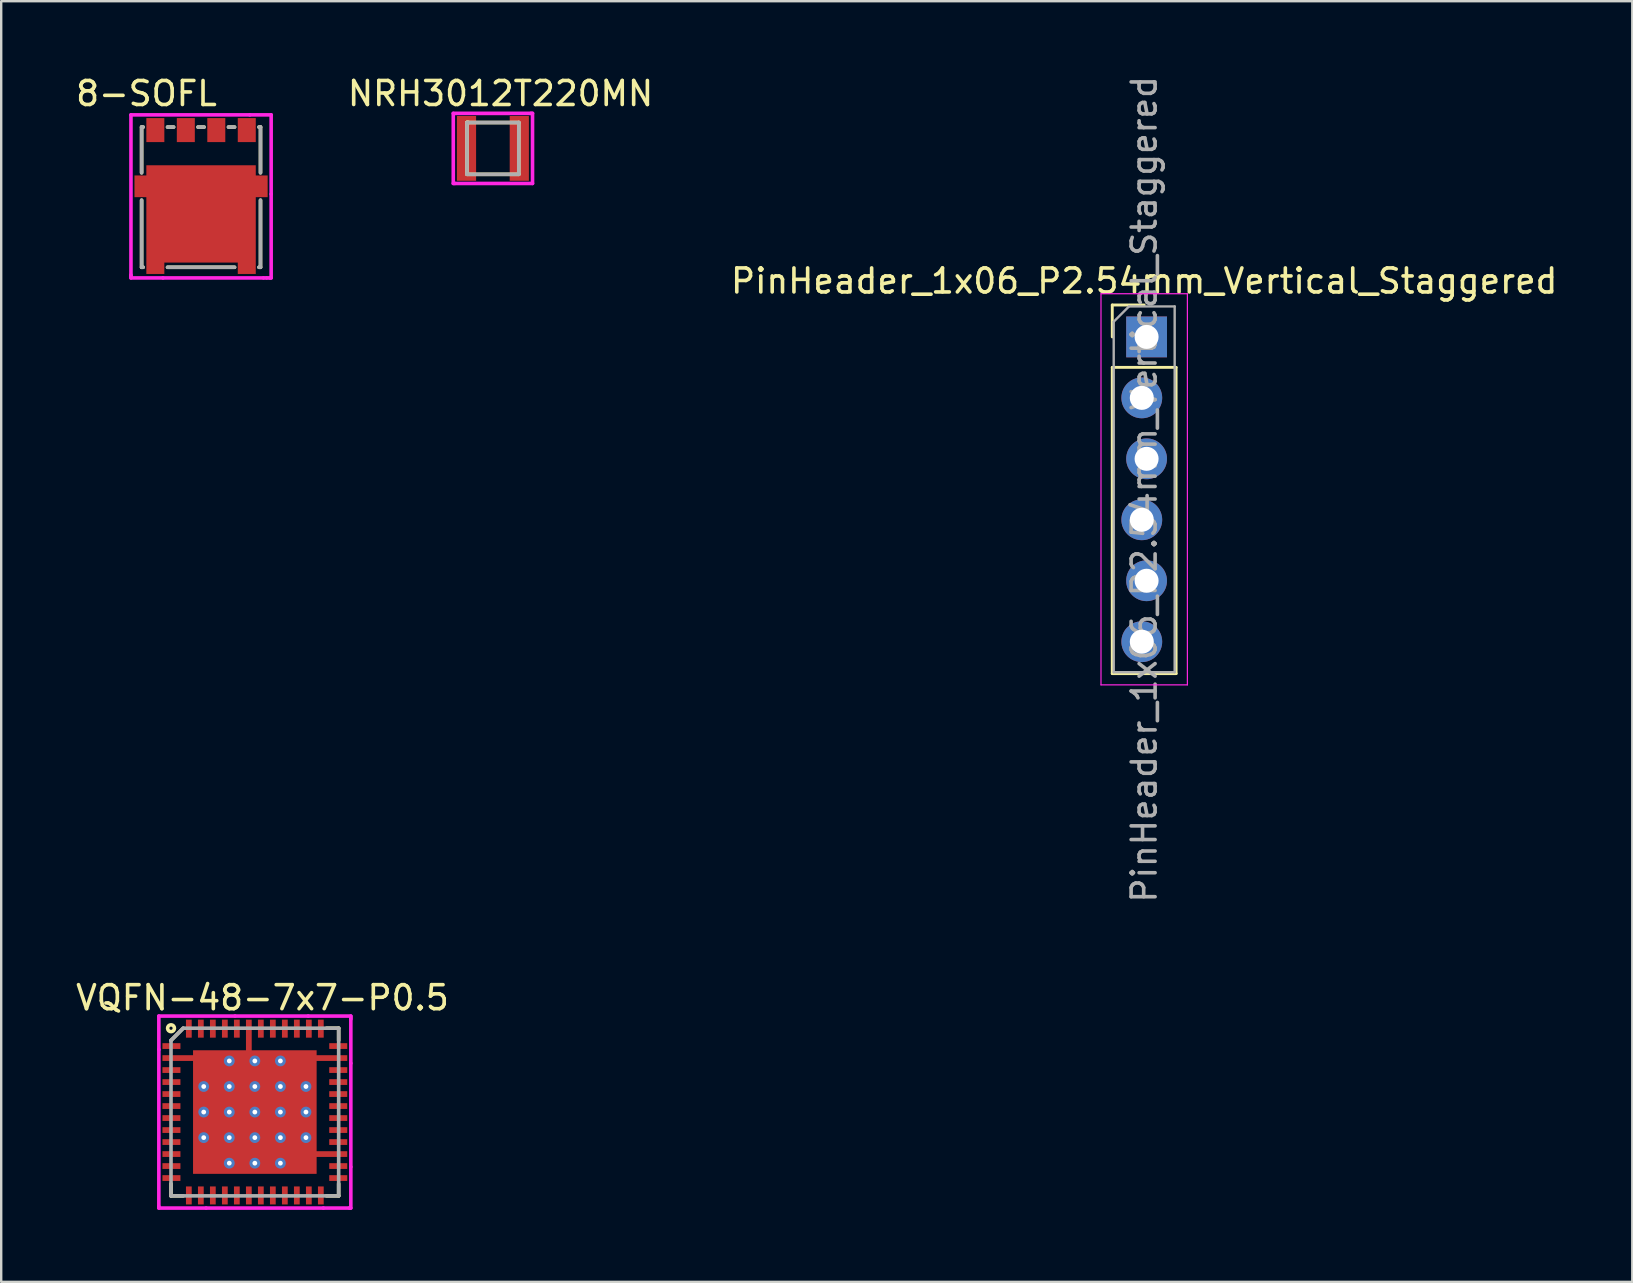
<source format=kicad_pcb>
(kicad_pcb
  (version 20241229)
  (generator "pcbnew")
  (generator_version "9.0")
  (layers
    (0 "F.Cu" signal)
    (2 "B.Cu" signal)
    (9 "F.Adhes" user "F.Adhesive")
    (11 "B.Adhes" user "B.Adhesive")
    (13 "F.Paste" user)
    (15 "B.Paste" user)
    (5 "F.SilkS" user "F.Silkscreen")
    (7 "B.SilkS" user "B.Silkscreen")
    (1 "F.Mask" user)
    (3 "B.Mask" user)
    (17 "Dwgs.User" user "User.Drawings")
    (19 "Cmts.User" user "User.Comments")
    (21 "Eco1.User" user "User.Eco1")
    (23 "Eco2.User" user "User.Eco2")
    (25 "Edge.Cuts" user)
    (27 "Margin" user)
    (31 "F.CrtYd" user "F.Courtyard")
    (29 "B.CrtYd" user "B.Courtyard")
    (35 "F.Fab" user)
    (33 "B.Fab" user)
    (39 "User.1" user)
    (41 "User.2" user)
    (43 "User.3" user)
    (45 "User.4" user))
  (footprint "8-SOFL"
    (layer "F.Cu")
    (at 5.328 5.864)
    (property "Reference" "8-SOFL" (at -2.275 -5.015 0) (layer "F.SilkS") (effects (font (size 1 1) (thickness 0.15))))
    (attr through_hole)
    (fp_line (start -2.477 -3.619) (end -2.477 -1.714) (stroke (width 0.15) (type solid)) (layer "F.SilkS"))
    (fp_line (start -2.477 -3.619) (end -2.413 -3.619) (stroke (width 0.15) (type solid)) (layer "F.SilkS"))
    (fp_line (start -2.477 -0.572) (end -2.477 2.223) (stroke (width 0.15) (type solid)) (layer "F.SilkS"))
    (fp_line (start -2.477 2.223) (end -2.413 2.223) (stroke (width 0.15) (type solid)) (layer "F.SilkS"))
    (fp_line (start -1.397 -3.619) (end -1.143 -3.619) (stroke (width 0.15) (type solid)) (layer "F.SilkS"))
    (fp_line (start -1.397 2.223) (end 1.397 2.223) (stroke (width 0.15) (type solid)) (layer "F.SilkS"))
    (fp_line (start -0.127 -3.619) (end 0.127 -3.619) (stroke (width 0.15) (type solid)) (layer "F.SilkS"))
    (fp_line (start 1.143 -3.619) (end 1.397 -3.619) (stroke (width 0.15) (type solid)) (layer "F.SilkS"))
    (fp_line (start 2.413 2.223) (end 2.477 2.223) (stroke (width 0.15) (type solid)) (layer "F.SilkS"))
    (fp_line (start 2.477 -3.619) (end 2.413 -3.619) (stroke (width 0.15) (type solid)) (layer "F.SilkS"))
    (fp_line (start 2.477 -1.714) (end 2.477 -3.619) (stroke (width 0.15) (type solid)) (layer "F.SilkS"))
    (fp_line (start 2.477 2.223) (end 2.477 -0.572) (stroke (width 0.15) (type solid)) (layer "F.SilkS"))
    (fp_line (start -2.921 -4.128) (end -2.921 2.54) (stroke (width 0.15) (type solid)) (layer "F.CrtYd"))
    (fp_line (start -2.921 2.54) (end -2.921 2.603) (stroke (width 0.15) (type solid)) (layer "F.CrtYd"))
    (fp_line (start -2.921 2.603) (end -2.921 2.667) (stroke (width 0.15) (type solid)) (layer "F.CrtYd"))
    (fp_line (start -2.921 2.667) (end -1.587 2.667) (stroke (width 0.15) (type solid)) (layer "F.CrtYd"))
    (fp_line (start -1.587 2.667) (end 2.603 2.667) (stroke (width 0.15) (type solid)) (layer "F.CrtYd"))
    (fp_line (start 2.032 -4.128) (end -2.921 -4.128) (stroke (width 0.15) (type solid)) (layer "F.CrtYd"))
    (fp_line (start 2.603 2.667) (end 2.731 2.667) (stroke (width 0.15) (type solid)) (layer "F.CrtYd"))
    (fp_line (start 2.731 2.667) (end 2.857 2.667) (stroke (width 0.15) (type solid)) (layer "F.CrtYd"))
    (fp_line (start 2.857 2.667) (end 2.921 2.667) (stroke (width 0.15) (type solid)) (layer "F.CrtYd"))
    (fp_line (start 2.921 -4.128) (end 2.032 -4.128) (stroke (width 0.15) (type solid)) (layer "F.CrtYd"))
    (fp_line (start 2.921 -0.826) (end 2.921 -4.128) (stroke (width 0.15) (type solid)) (layer "F.CrtYd"))
    (fp_line (start 2.921 2.667) (end 2.921 -0.826) (stroke (width 0.15) (type solid)) (layer "F.CrtYd"))
    (fp_line (start -2.477 -3.619) (end -2.477 -1.714) (stroke (width 0.15) (type solid)) (layer "F.Fab"))
    (fp_line (start -2.477 -0.572) (end -2.477 2.223) (stroke (width 0.15) (type solid)) (layer "F.Fab"))
    (fp_line (start -2.477 2.223) (end -2.413 2.223) (stroke (width 0.15) (type solid)) (layer "F.Fab"))
    (fp_line (start -2.413 -3.619) (end -2.477 -3.619) (stroke (width 0.15) (type solid)) (layer "F.Fab"))
    (fp_line (start -1.397 2.223) (end 1.397 2.223) (stroke (width 0.15) (type solid)) (layer "F.Fab"))
    (fp_line (start -1.143 -3.619) (end -1.397 -3.619) (stroke (width 0.15) (type solid)) (layer "F.Fab"))
    (fp_line (start 0.127 -3.619) (end -0.127 -3.619) (stroke (width 0.15) (type solid)) (layer "F.Fab"))
    (fp_line (start 1.397 -3.619) (end 1.143 -3.619) (stroke (width 0.15) (type solid)) (layer "F.Fab"))
    (fp_line (start 2.413 2.223) (end 2.477 2.223) (stroke (width 0.15) (type solid)) (layer "F.Fab"))
    (fp_line (start 2.477 -3.619) (end 2.413 -3.619) (stroke (width 0.15) (type solid)) (layer "F.Fab"))
    (fp_line (start 2.477 -1.714) (end 2.477 -3.619) (stroke (width 0.15) (type solid)) (layer "F.Fab"))
    (fp_line (start 2.477 2.223) (end 2.477 -0.572) (stroke (width 0.15) (type solid)) (layer "F.Fab"))
    (pad "1" smd custom (at 0 0) (size 4.56 4.055) (layers "F.Cu" "F.Mask" "F.Paste") (options (anchor rect)) (primitives (gr_poly (pts (xy 2.28 -1.603) (xy 2.28 -0.698) (xy 2.775 -0.698) (xy 2.775 -1.603)) (width 0) (fill yes)) (gr_poly (pts (xy -2.775 -1.603) (xy -2.775 -0.698) (xy -2.28 -0.698) (xy -2.28 -1.603)) (width 0) (fill yes)) (gr_poly (pts (xy 1.53 2.027) (xy 2.28 2.027) (xy 2.28 2.502) (xy 1.53 2.502)) (width 0) (fill yes)) (gr_poly (pts (xy -2.28 2.027) (xy -1.53 2.027) (xy -1.53 2.502) (xy -2.28 2.502)) (width 0) (fill yes))))
    (pad "2" smd rect (at -1.905 -3.493) (size 0.75 1) (layers "F.Cu" "F.Mask" "F.Paste"))
    (pad "3" smd rect (at -0.635 -3.493) (size 0.75 1) (layers "F.Cu" "F.Mask" "F.Paste"))
    (pad "3" smd rect (at 0.635 -3.493) (size 0.75 1) (layers "F.Cu" "F.Mask" "F.Paste"))
    (pad "3" smd rect (at 1.905 -3.493) (size 0.75 1) (layers "F.Cu" "F.Mask" "F.Paste")))
  (footprint "PinHeader_1x06_P2.54mm_Vertical_Staggered"
    (layer "F.Cu")
    (at 44.628 10.989)
    (property "Reference" "PinHeader_1x06_P2.54mm_Vertical_Staggered" (at 0 -2.33 0) (layer "F.SilkS") (effects (font (size 1 1) (thickness 0.15))))
    (attr through_hole)
    (fp_line (start -1.33 -1.33) (end 0 -1.33) (stroke (width 0.12) (type solid)) (layer "F.SilkS"))
    (fp_line (start -1.33 0) (end -1.33 -1.33) (stroke (width 0.12) (type solid)) (layer "F.SilkS"))
    (fp_line (start -1.33 1.27) (end -1.33 14.03) (stroke (width 0.12) (type solid)) (layer "F.SilkS"))
    (fp_line (start -1.33 1.27) (end 1.33 1.27) (stroke (width 0.12) (type solid)) (layer "F.SilkS"))
    (fp_line (start -1.33 14.03) (end 1.33 14.03) (stroke (width 0.12) (type solid)) (layer "F.SilkS"))
    (fp_line (start 1.33 1.27) (end 1.33 14.03) (stroke (width 0.12) (type solid)) (layer "F.SilkS"))
    (fp_line (start -1.8 -1.8) (end -1.8 14.5) (stroke (width 0.05) (type solid)) (layer "F.CrtYd"))
    (fp_line (start -1.8 14.5) (end 1.8 14.5) (stroke (width 0.05) (type solid)) (layer "F.CrtYd"))
    (fp_line (start 1.8 -1.8) (end -1.8 -1.8) (stroke (width 0.05) (type solid)) (layer "F.CrtYd"))
    (fp_line (start 1.8 14.5) (end 1.8 -1.8) (stroke (width 0.05) (type solid)) (layer "F.CrtYd"))
    (fp_line (start -1.27 -0.635) (end -0.635 -1.27) (stroke (width 0.1) (type solid)) (layer "F.Fab"))
    (fp_line (start -1.27 13.97) (end -1.27 -0.635) (stroke (width 0.1) (type solid)) (layer "F.Fab"))
    (fp_line (start -0.635 -1.27) (end 1.27 -1.27) (stroke (width 0.1) (type solid)) (layer "F.Fab"))
    (fp_line (start 1.27 -1.27) (end 1.27 13.97) (stroke (width 0.1) (type solid)) (layer "F.Fab"))
    (fp_line (start 1.27 13.97) (end -1.27 13.97) (stroke (width 0.1) (type solid)) (layer "F.Fab"))
    (fp_text user "${REFERENCE}" (at 0 6.35 90) (layer "F.Fab") (effects (font (size 1 1) (thickness 0.15))))
    (pad "1" thru_hole rect (at 0.1 0) (size 1.7 1.7) (drill 1) (layers "*.Cu" "*.Mask"))
    (pad "2" thru_hole oval (at -0.1 2.54) (size 1.7 1.7) (drill 1) (layers "*.Cu" "*.Mask"))
    (pad "3" thru_hole oval (at 0.1 5.08) (size 1.7 1.7) (drill 1) (layers "*.Cu" "*.Mask"))
    (pad "4" thru_hole oval (at -0.1 7.62) (size 1.7 1.7) (drill 1) (layers "*.Cu" "*.Mask"))
    (pad "5" thru_hole oval (at 0.1 10.16) (size 1.7 1.7) (drill 1) (layers "*.Cu" "*.Mask"))
    (pad "6" thru_hole oval (at -0.1 12.7) (size 1.7 1.7) (drill 1) (layers "*.Cu" "*.Mask")))
  (footprint "VQFN-48-7x7-P0.5"
    (layer "F.Cu")
    (at 7.569 43.289)
    (property "Reference" "VQFN-48-7x7-P0.5" (at 0.318 -4.763 0) (layer "F.SilkS") (effects (font (size 1 1) (thickness 0.15))))
    (attr through_hole)
    (fp_line (start -3.493 -2.985) (end -2.985 -3.493) (stroke (width 0.15) (type solid)) (layer "F.SilkS"))
    (fp_line (start -3.493 3.493) (end -3.493 2.985) (stroke (width 0.15) (type solid)) (layer "F.SilkS"))
    (fp_line (start -2.985 3.493) (end -3.493 3.493) (stroke (width 0.15) (type solid)) (layer "F.SilkS"))
    (fp_line (start 2.985 -3.493) (end 3.493 -3.493) (stroke (width 0.15) (type solid)) (layer "F.SilkS"))
    (fp_line (start 2.985 3.493) (end 3.493 3.493) (stroke (width 0.15) (type solid)) (layer "F.SilkS"))
    (fp_line (start 3.493 -3.493) (end 3.493 -2.985) (stroke (width 0.15) (type solid)) (layer "F.SilkS"))
    (fp_line (start 3.493 3.493) (end 3.493 2.985) (stroke (width 0.15) (type solid)) (layer "F.SilkS"))
    (fp_circle (center -3.493 -3.493) (end -3.365 -3.556) (stroke (width 0.15) (type solid)) (fill no) (layer "F.SilkS"))
    (fp_line (start -4 -4) (end -4 -2.603) (stroke (width 0.15) (type solid)) (layer "F.CrtYd"))
    (fp_line (start -4 -2.603) (end -4 3.937) (stroke (width 0.15) (type solid)) (layer "F.CrtYd"))
    (fp_line (start -4 3.937) (end -4 4) (stroke (width 0.15) (type solid)) (layer "F.CrtYd"))
    (fp_line (start -4 4) (end -2.032 4) (stroke (width 0.15) (type solid)) (layer "F.CrtYd"))
    (fp_line (start -2.032 4) (end 2.857 4) (stroke (width 0.15) (type solid)) (layer "F.CrtYd"))
    (fp_line (start -0.826 -4) (end -4 -4) (stroke (width 0.15) (type solid)) (layer "F.CrtYd"))
    (fp_line (start 2.223 -4) (end -0.826 -4) (stroke (width 0.15) (type solid)) (layer "F.CrtYd"))
    (fp_line (start 2.857 4) (end 3.937 4) (stroke (width 0.15) (type solid)) (layer "F.CrtYd"))
    (fp_line (start 3.937 4) (end 4 4) (stroke (width 0.15) (type solid)) (layer "F.CrtYd"))
    (fp_line (start 4 -4) (end 2.223 -4) (stroke (width 0.15) (type solid)) (layer "F.CrtYd"))
    (fp_line (start 4 -3.937) (end 4 -4) (stroke (width 0.15) (type solid)) (layer "F.CrtYd"))
    (fp_line (start 4 -3.873) (end 4 -3.937) (stroke (width 0.15) (type solid)) (layer "F.CrtYd"))
    (fp_line (start 4 -2.032) (end 4 -3.873) (stroke (width 0.15) (type solid)) (layer "F.CrtYd"))
    (fp_line (start 4 2.286) (end 4 -2.032) (stroke (width 0.15) (type solid)) (layer "F.CrtYd"))
    (fp_line (start 4 4) (end 4 2.286) (stroke (width 0.15) (type solid)) (layer "F.CrtYd"))
    (fp_line (start -3.493 -2.985) (end -3.493 3.493) (stroke (width 0.15) (type solid)) (layer "F.Fab"))
    (fp_line (start -3.493 3.493) (end 3.493 3.493) (stroke (width 0.15) (type solid)) (layer "F.Fab"))
    (fp_line (start -2.985 -3.493) (end -3.493 -2.985) (stroke (width 0.15) (type solid)) (layer "F.Fab"))
    (fp_line (start 3.493 -3.493) (end -2.985 -3.493) (stroke (width 0.15) (type solid)) (layer "F.Fab"))
    (fp_line (start 3.493 3.493) (end 3.493 -3.493) (stroke (width 0.15) (type solid)) (layer "F.Fab"))
    (pad "1" smd rect (at -3.475 -2.75) (size 0.75 0.24) (layers "F.Cu" "F.Mask" "F.Paste"))
    (pad "2" smd custom (at -3.475 -2.25) (size 0.75 0.24) (layers "F.Cu" "F.Mask" "F.Paste") (options (anchor rect)) (primitives (gr_line (start 0.375 0) (end 1 0) (width 0.24))))
    (pad "3" smd rect (at -3.475 -1.75) (size 0.75 0.24) (layers "F.Cu" "F.Mask" "F.Paste"))
    (pad "4" smd rect (at -3.475 -1.25) (size 0.75 0.24) (layers "F.Cu" "F.Mask" "F.Paste"))
    (pad "5" smd rect (at -3.475 -0.75) (size 0.75 0.24) (layers "F.Cu" "F.Mask" "F.Paste"))
    (pad "6" smd rect (at -3.475 -0.25) (size 0.75 0.24) (layers "F.Cu" "F.Mask" "F.Paste"))
    (pad "7" smd rect (at -3.475 0.25) (size 0.75 0.24) (layers "F.Cu" "F.Mask" "F.Paste"))
    (pad "8" smd rect (at -3.475 0.75) (size 0.75 0.24) (layers "F.Cu" "F.Mask" "F.Paste"))
    (pad "9" smd rect (at -3.475 1.25) (size 0.75 0.24) (layers "F.Cu" "F.Mask" "F.Paste"))
    (pad "10" smd rect (at -3.475 1.75) (size 0.75 0.24) (layers "F.Cu" "F.Mask" "F.Paste"))
    (pad "11" smd rect (at -3.475 2.25) (size 0.75 0.24) (layers "F.Cu" "F.Mask" "F.Paste"))
    (pad "12" smd rect (at -3.475 2.75) (size 0.75 0.24) (layers "F.Cu" "F.Mask" "F.Paste"))
    (pad "13" smd rect (at -2.75 3.475 90) (size 0.75 0.24) (layers "F.Cu" "F.Mask" "F.Paste"))
    (pad "14" smd rect (at -2.25 3.475 90) (size 0.75 0.24) (layers "F.Cu" "F.Mask" "F.Paste"))
    (pad "15" smd rect (at -1.75 3.475 90) (size 0.75 0.24) (layers "F.Cu" "F.Mask" "F.Paste"))
    (pad "16" smd rect (at -1.25 3.475 90) (size 0.75 0.24) (layers "F.Cu" "F.Mask" "F.Paste"))
    (pad "17" smd rect (at -0.75 3.475 90) (size 0.75 0.24) (layers "F.Cu" "F.Mask" "F.Paste"))
    (pad "18" smd rect (at -0.25 3.475 90) (size 0.75 0.24) (layers "F.Cu" "F.Mask" "F.Paste"))
    (pad "19" smd rect (at 0.25 3.475 90) (size 0.75 0.24) (layers "F.Cu" "F.Mask" "F.Paste"))
    (pad "20" smd rect (at 0.75 3.475 90) (size 0.75 0.24) (layers "F.Cu" "F.Mask" "F.Paste"))
    (pad "21" smd rect (at 1.25 3.475 90) (size 0.75 0.24) (layers "F.Cu" "F.Mask" "F.Paste"))
    (pad "22" smd rect (at 1.75 3.475 90) (size 0.75 0.24) (layers "F.Cu" "F.Mask" "F.Paste"))
    (pad "23" smd rect (at 2.25 3.475 90) (size 0.75 0.24) (layers "F.Cu" "F.Mask" "F.Paste"))
    (pad "24" smd rect (at 2.75 3.475 90) (size 0.75 0.24) (layers "F.Cu" "F.Mask" "F.Paste"))
    (pad "25" smd rect (at 3.475 2.75) (size 0.75 0.24) (layers "F.Cu" "F.Mask" "F.Paste"))
    (pad "26" smd rect (at 3.475 2.25) (size 0.75 0.24) (layers "F.Cu" "F.Mask" "F.Paste"))
    (pad "27" smd custom (at 3.475 1.75) (size 0.75 0.24) (layers "F.Cu" "F.Mask" "F.Paste") (options (anchor rect)) (primitives (gr_line (start -0.375 0) (end -1 0) (width 0.24))))
    (pad "28" smd rect (at 3.475 1.25) (size 0.75 0.24) (layers "F.Cu" "F.Mask" "F.Paste"))
    (pad "29" smd rect (at 3.475 0.75) (size 0.75 0.24) (layers "F.Cu" "F.Mask" "F.Paste"))
    (pad "30" smd rect (at 3.475 0.25) (size 0.75 0.24) (layers "F.Cu" "F.Mask" "F.Paste"))
    (pad "31" smd rect (at 3.475 -0.25) (size 0.75 0.24) (layers "F.Cu" "F.Mask" "F.Paste"))
    (pad "32" smd rect (at 3.475 -0.75) (size 0.75 0.24) (layers "F.Cu" "F.Mask" "F.Paste"))
    (pad "33" smd rect (at 3.475 -1.25) (size 0.75 0.24) (layers "F.Cu" "F.Mask" "F.Paste"))
    (pad "34" smd rect (at 3.475 -1.75) (size 0.75 0.24) (layers "F.Cu" "F.Mask" "F.Paste"))
    (pad "35" smd custom (at 3.475 -2.25) (size 0.75 0.24) (layers "F.Cu" "F.Mask" "F.Paste") (options (anchor rect)) (primitives (gr_line (start -0.375 0) (end -1 0) (width 0.24))))
    (pad "36" smd rect (at 3.475 -2.75) (size 0.75 0.24) (layers "F.Cu" "F.Mask" "F.Paste"))
    (pad "37" smd rect (at 2.75 -3.475 270) (size 0.75 0.24) (layers "F.Cu" "F.Mask" "F.Paste"))
    (pad "38" smd rect (at 2.25 -3.475 270) (size 0.75 0.24) (layers "F.Cu" "F.Mask" "F.Paste"))
    (pad "39" smd rect (at 1.75 -3.475 270) (size 0.75 0.24) (layers "F.Cu" "F.Mask" "F.Paste"))
    (pad "40" smd rect (at 1.25 -3.475 270) (size 0.75 0.24) (layers "F.Cu" "F.Mask" "F.Paste"))
    (pad "41" smd rect (at 0.75 -3.475 270) (size 0.75 0.24) (layers "F.Cu" "F.Mask" "F.Paste"))
    (pad "42" smd rect (at 0.25 -3.475 270) (size 0.75 0.24) (layers "F.Cu" "F.Mask" "F.Paste"))
    (pad "43" smd custom (at -0.25 -3.475 270) (size 0.75 0.24) (layers "F.Cu" "F.Mask" "F.Paste") (options (anchor rect)) (primitives (gr_line (start 0.375 0) (end 1 0) (width 0.24))))
    (pad "44" smd rect (at -0.75 -3.475 270) (size 0.75 0.24) (layers "F.Cu" "F.Mask" "F.Paste"))
    (pad "45" smd rect (at -1.25 -3.475 270) (size 0.75 0.24) (layers "F.Cu" "F.Mask" "F.Paste"))
    (pad "46" smd rect (at -1.75 -3.475 270) (size 0.75 0.24) (layers "F.Cu" "F.Mask" "F.Paste"))
    (pad "47" smd rect (at -2.25 -3.475 270) (size 0.75 0.24) (layers "F.Cu" "F.Mask" "F.Paste"))
    (pad "48" smd rect (at -2.75 -3.475 270) (size 0.75 0.24) (layers "F.Cu" "F.Mask" "F.Paste"))
    (pad "49" thru_hole circle (at -2.13 -1.065 270) (size 0.45 0.45) (drill 0.2) (layers "*.Cu" "*.Mask"))
    (pad "49" thru_hole circle (at -2.13 0 270) (size 0.45 0.45) (drill 0.2) (layers "*.Cu" "*.Mask"))
    (pad "49" thru_hole circle (at -2.13 1.065 270) (size 0.45 0.45) (drill 0.2) (layers "*.Cu" "*.Mask"))
    (pad "49" thru_hole circle (at -1.065 -2.13 270) (size 0.45 0.45) (drill 0.2) (layers "*.Cu" "*.Mask"))
    (pad "49" thru_hole circle (at -1.065 -1.065 270) (size 0.45 0.45) (drill 0.2) (layers "*.Cu" "*.Mask"))
    (pad "49" thru_hole circle (at -1.065 0 270) (size 0.45 0.45) (drill 0.2) (layers "*.Cu" "*.Mask"))
    (pad "49" thru_hole circle (at -1.065 1.065 270) (size 0.45 0.45) (drill 0.2) (layers "*.Cu" "*.Mask"))
    (pad "49" thru_hole circle (at -1.065 2.13 270) (size 0.45 0.45) (drill 0.2) (layers "*.Cu" "*.Mask"))
    (pad "49" thru_hole circle (at 0 -2.13 270) (size 0.45 0.45) (drill 0.2) (layers "*.Cu" "*.Mask"))
    (pad "49" thru_hole circle (at 0 -1.065 270) (size 0.45 0.45) (drill 0.2) (layers "*.Cu" "*.Mask"))
    (pad "49" thru_hole circle (at 0 0 270) (size 0.45 0.45) (drill 0.2) (layers "*.Cu" "*.Mask"))
    (pad "49" smd rect (at 0 0) (size 5.15 5.15) (layers "F.Cu" "F.Mask" "F.Paste"))
    (pad "49" thru_hole circle (at 0 1.065 270) (size 0.45 0.45) (drill 0.2) (layers "*.Cu" "*.Mask"))
    (pad "49" thru_hole circle (at 0 2.13 270) (size 0.45 0.45) (drill 0.2) (layers "*.Cu" "*.Mask"))
    (pad "49" thru_hole circle (at 1.065 -2.13 270) (size 0.45 0.45) (drill 0.2) (layers "*.Cu" "*.Mask"))
    (pad "49" thru_hole circle (at 1.065 -1.065 270) (size 0.45 0.45) (drill 0.2) (layers "*.Cu" "*.Mask"))
    (pad "49" thru_hole circle (at 1.065 0 270) (size 0.45 0.45) (drill 0.2) (layers "*.Cu" "*.Mask"))
    (pad "49" thru_hole circle (at 1.065 1.065 270) (size 0.45 0.45) (drill 0.2) (layers "*.Cu" "*.Mask"))
    (pad "49" thru_hole circle (at 1.065 2.13 270) (size 0.45 0.45) (drill 0.2) (layers "*.Cu" "*.Mask"))
    (pad "49" thru_hole circle (at 2.13 -1.065 270) (size 0.45 0.45) (drill 0.2) (layers "*.Cu" "*.Mask"))
    (pad "49" thru_hole circle (at 2.13 0 270) (size 0.45 0.45) (drill 0.2) (layers "*.Cu" "*.Mask"))
    (pad "49" thru_hole circle (at 2.13 1.065 270) (size 0.45 0.45) (drill 0.2) (layers "*.Cu" "*.Mask")))
  (footprint "NRH3012T220MN"
    (layer "F.Cu")
    (at 17.489 3.134)
    (property "Reference" "NRH3012T220MN" (at 0.318 -2.286 0) (layer "F.SilkS") (effects (font (size 1 1) (thickness 0.15))))
    (attr through_hole)
    (fp_line (start -1.079 -1.079) (end -1.016 -1.079) (stroke (width 0.15) (type solid)) (layer "F.SilkS"))
    (fp_line (start -1.079 -1.079) (end 1.079 -1.079) (stroke (width 0.15) (type solid)) (layer "F.SilkS"))
    (fp_line (start -1.079 1.079) (end -1.079 -1.079) (stroke (width 0.15) (type solid)) (layer "F.SilkS"))
    (fp_line (start -1.016 -1.079) (end -1.079 -1.079) (stroke (width 0.15) (type solid)) (layer "F.SilkS"))
    (fp_line (start 1.079 -1.079) (end 1.079 1.079) (stroke (width 0.15) (type solid)) (layer "F.SilkS"))
    (fp_line (start 1.079 1.079) (end -1.079 1.079) (stroke (width 0.15) (type solid)) (layer "F.SilkS"))
    (fp_line (start -1.651 -1.46) (end 1.587 -1.46) (stroke (width 0.15) (type solid)) (layer "F.CrtYd"))
    (fp_line (start -1.651 1.46) (end -1.651 -1.46) (stroke (width 0.15) (type solid)) (layer "F.CrtYd"))
    (fp_line (start -1.587 1.46) (end -1.651 1.46) (stroke (width 0.15) (type solid)) (layer "F.CrtYd"))
    (fp_line (start 1.587 -1.46) (end 1.651 -1.46) (stroke (width 0.15) (type solid)) (layer "F.CrtYd"))
    (fp_line (start 1.651 -1.46) (end 1.651 1.46) (stroke (width 0.15) (type solid)) (layer "F.CrtYd"))
    (fp_line (start 1.651 1.46) (end -1.587 1.46) (stroke (width 0.15) (type solid)) (layer "F.CrtYd"))
    (fp_line (start -1.079 -1.079) (end -1.079 1.079) (stroke (width 0.15) (type solid)) (layer "F.Fab"))
    (fp_line (start -1.079 1.079) (end 1.079 1.079) (stroke (width 0.15) (type solid)) (layer "F.Fab"))
    (fp_line (start 1.079 -1.079) (end -1.079 -1.079) (stroke (width 0.15) (type solid)) (layer "F.Fab"))
    (fp_line (start 1.079 1.079) (end 1.079 -1.079) (stroke (width 0.15) (type solid)) (layer "F.Fab"))
    (pad "1" smd rect (at -1.1 0) (size 0.8 2.7) (layers "F.Cu" "F.Mask" "F.Paste"))
    (pad "2" smd rect (at 1.1 0) (size 0.8 2.7) (layers "F.Cu" "F.Mask" "F.Paste")))
  (gr_rect
    (start -3 -3)
    (end 64.967 50.365)
    (stroke (width 0.1) (type default))
    (fill no)
    (layer "Edge.Cuts")))
</source>
